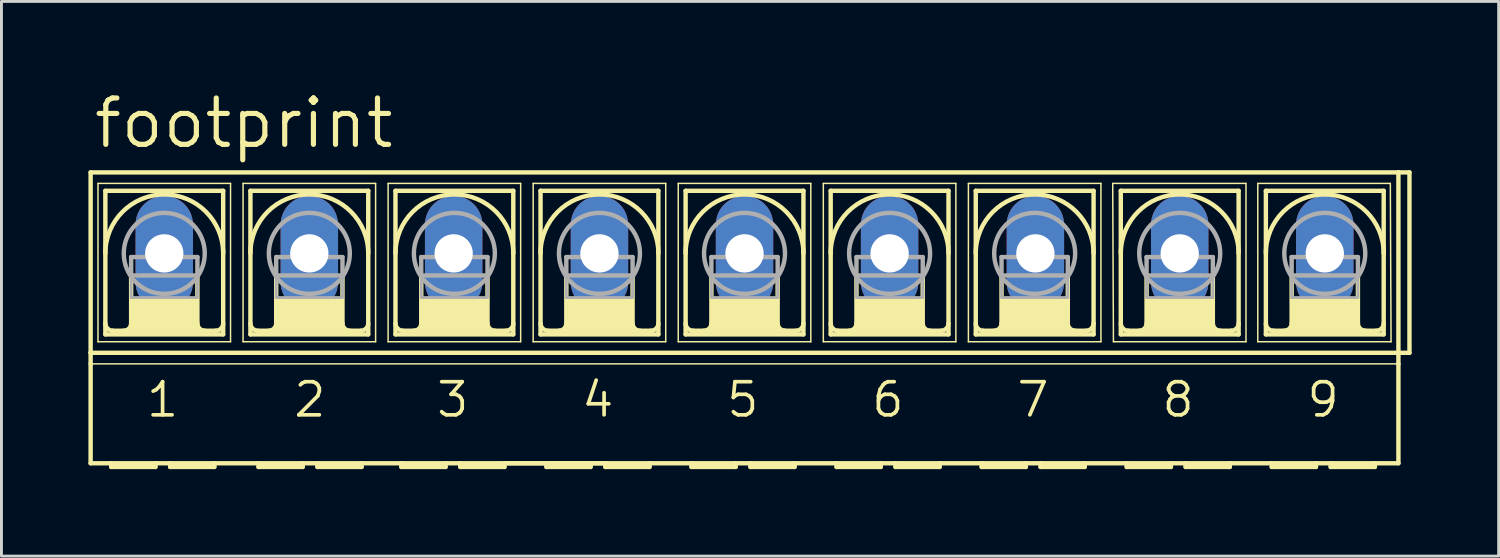
<source format=kicad_pcb>
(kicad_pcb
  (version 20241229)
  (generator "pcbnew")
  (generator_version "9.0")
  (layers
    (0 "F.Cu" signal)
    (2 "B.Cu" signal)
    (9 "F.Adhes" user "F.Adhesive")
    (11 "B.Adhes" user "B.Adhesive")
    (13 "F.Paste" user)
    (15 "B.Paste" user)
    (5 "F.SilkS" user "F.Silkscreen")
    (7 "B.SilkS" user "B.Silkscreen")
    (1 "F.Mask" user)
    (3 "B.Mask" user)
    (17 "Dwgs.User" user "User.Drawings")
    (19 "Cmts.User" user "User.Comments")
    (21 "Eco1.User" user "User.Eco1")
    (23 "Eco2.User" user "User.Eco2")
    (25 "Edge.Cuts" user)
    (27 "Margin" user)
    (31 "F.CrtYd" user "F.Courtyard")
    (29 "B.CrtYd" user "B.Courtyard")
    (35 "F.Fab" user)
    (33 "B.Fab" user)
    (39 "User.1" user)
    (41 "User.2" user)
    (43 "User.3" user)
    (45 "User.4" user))
  (footprint "footprint"
    (layer "F.Cu")
    (at 22.631 5.69)
    (property "Reference" "footprint" (at -22.53 -3.556 0) (layer "F.SilkS") (effects (font (size 1.6 1.6) (thickness 0.178)) (justify left bottom)))
    (fp_line (start -22.555 3.429) (end -22.555 -2.794) (stroke (width 0.152) (type solid)) (layer "F.SilkS"))
    (fp_line (start -22.555 3.429) (end 22.555 3.429) (stroke (width 0.152) (type solid)) (layer "F.SilkS"))
    (fp_line (start -22.555 3.81) (end -22.555 3.429) (stroke (width 0.152) (type solid)) (layer "F.SilkS"))
    (fp_line (start -22.555 7.239) (end -22.555 3.81) (stroke (width 0.152) (type solid)) (layer "F.SilkS"))
    (fp_line (start -22.555 7.239) (end -21.844 7.239) (stroke (width 0.152) (type solid)) (layer "F.SilkS"))
    (fp_line (start -22.301 -2.413) (end -22.301 3.048) (stroke (width 0.051) (type solid)) (layer "F.SilkS"))
    (fp_line (start -22.301 -2.413) (end -17.729 -2.413) (stroke (width 0.051) (type solid)) (layer "F.SilkS"))
    (fp_line (start -22.047 2.794) (end -22.047 -2.159) (stroke (width 0.152) (type solid)) (layer "F.SilkS"))
    (fp_line (start -22.047 2.794) (end -17.983 2.794) (stroke (width 0.152) (type solid)) (layer "F.SilkS"))
    (fp_line (start -21.844 7.239) (end -20.32 7.239) (stroke (width 0.152) (type solid)) (layer "F.SilkS"))
    (fp_line (start -21.844 7.366) (end -21.844 7.239) (stroke (width 0.152) (type solid)) (layer "F.SilkS"))
    (fp_line (start -21.844 7.366) (end -20.32 7.366) (stroke (width 0.152) (type solid)) (layer "F.SilkS"))
    (fp_line (start -21.158 0.762) (end -21.158 2.413) (stroke (width 0.152) (type solid)) (layer "F.SilkS"))
    (fp_line (start -20.32 7.239) (end -20.32 7.366) (stroke (width 0.152) (type solid)) (layer "F.SilkS"))
    (fp_line (start -20.32 7.239) (end -19.812 7.239) (stroke (width 0.152) (type solid)) (layer "F.SilkS"))
    (fp_line (start -19.812 7.239) (end -18.288 7.239) (stroke (width 0.152) (type solid)) (layer "F.SilkS"))
    (fp_line (start -19.812 7.366) (end -19.812 7.239) (stroke (width 0.152) (type solid)) (layer "F.SilkS"))
    (fp_line (start -19.812 7.366) (end -18.288 7.366) (stroke (width 0.152) (type solid)) (layer "F.SilkS"))
    (fp_line (start -18.872 0.762) (end -18.872 2.413) (stroke (width 0.152) (type solid)) (layer "F.SilkS"))
    (fp_line (start -18.288 7.239) (end -16.764 7.239) (stroke (width 0.152) (type solid)) (layer "F.SilkS"))
    (fp_line (start -18.288 7.366) (end -18.288 7.239) (stroke (width 0.152) (type solid)) (layer "F.SilkS"))
    (fp_line (start -18.237 2.667) (end -21.793 2.667) (stroke (width 0.152) (type solid)) (layer "F.SilkS"))
    (fp_line (start -17.983 -2.159) (end -22.047 -2.159) (stroke (width 0.152) (type solid)) (layer "F.SilkS"))
    (fp_line (start -17.983 -2.159) (end -17.983 2.794) (stroke (width 0.152) (type solid)) (layer "F.SilkS"))
    (fp_line (start -17.729 -2.413) (end -17.729 3.048) (stroke (width 0.051) (type solid)) (layer "F.SilkS"))
    (fp_line (start -17.729 3.048) (end -22.301 3.048) (stroke (width 0.051) (type solid)) (layer "F.SilkS"))
    (fp_line (start -17.297 -2.413) (end -17.297 3.048) (stroke (width 0.051) (type solid)) (layer "F.SilkS"))
    (fp_line (start -17.297 -2.413) (end -12.725 -2.413) (stroke (width 0.051) (type solid)) (layer "F.SilkS"))
    (fp_line (start -17.043 -2.159) (end -17.043 2.794) (stroke (width 0.152) (type solid)) (layer "F.SilkS"))
    (fp_line (start -17.043 2.794) (end -12.979 2.794) (stroke (width 0.152) (type solid)) (layer "F.SilkS"))
    (fp_line (start -16.764 7.239) (end -15.24 7.239) (stroke (width 0.152) (type solid)) (layer "F.SilkS"))
    (fp_line (start -16.764 7.366) (end -16.764 7.239) (stroke (width 0.152) (type solid)) (layer "F.SilkS"))
    (fp_line (start -16.764 7.366) (end -15.24 7.366) (stroke (width 0.152) (type solid)) (layer "F.SilkS"))
    (fp_line (start -16.154 0.762) (end -16.154 2.413) (stroke (width 0.152) (type solid)) (layer "F.SilkS"))
    (fp_line (start -15.24 7.239) (end -15.24 7.366) (stroke (width 0.152) (type solid)) (layer "F.SilkS"))
    (fp_line (start -15.24 7.239) (end -14.732 7.239) (stroke (width 0.152) (type solid)) (layer "F.SilkS"))
    (fp_line (start -14.732 7.239) (end -13.208 7.239) (stroke (width 0.152) (type solid)) (layer "F.SilkS"))
    (fp_line (start -14.732 7.366) (end -14.732 7.239) (stroke (width 0.152) (type solid)) (layer "F.SilkS"))
    (fp_line (start -14.732 7.366) (end -13.208 7.366) (stroke (width 0.152) (type solid)) (layer "F.SilkS"))
    (fp_line (start -13.868 0.762) (end -13.868 2.413) (stroke (width 0.152) (type solid)) (layer "F.SilkS"))
    (fp_line (start -13.233 2.667) (end -16.789 2.667) (stroke (width 0.152) (type solid)) (layer "F.SilkS"))
    (fp_line (start -13.208 7.366) (end -13.208 7.239) (stroke (width 0.152) (type solid)) (layer "F.SilkS"))
    (fp_line (start -12.979 -2.159) (end -17.043 -2.159) (stroke (width 0.152) (type solid)) (layer "F.SilkS"))
    (fp_line (start -12.979 2.794) (end -12.979 -2.159) (stroke (width 0.152) (type solid)) (layer "F.SilkS"))
    (fp_line (start -12.725 3.048) (end -17.297 3.048) (stroke (width 0.051) (type solid)) (layer "F.SilkS"))
    (fp_line (start -12.725 3.048) (end -12.725 -2.413) (stroke (width 0.051) (type solid)) (layer "F.SilkS"))
    (fp_line (start -12.294 -2.413) (end -12.294 3.048) (stroke (width 0.051) (type solid)) (layer "F.SilkS"))
    (fp_line (start -12.294 -2.413) (end -7.722 -2.413) (stroke (width 0.051) (type solid)) (layer "F.SilkS"))
    (fp_line (start -12.04 2.794) (end -12.04 -2.159) (stroke (width 0.152) (type solid)) (layer "F.SilkS"))
    (fp_line (start -12.04 2.794) (end -7.976 2.794) (stroke (width 0.152) (type solid)) (layer "F.SilkS"))
    (fp_line (start -11.836 7.239) (end -13.208 7.239) (stroke (width 0.152) (type solid)) (layer "F.SilkS"))
    (fp_line (start -11.836 7.239) (end -11.836 7.366) (stroke (width 0.152) (type solid)) (layer "F.SilkS"))
    (fp_line (start -11.836 7.239) (end -10.312 7.239) (stroke (width 0.152) (type solid)) (layer "F.SilkS"))
    (fp_line (start -11.836 7.366) (end -10.312 7.366) (stroke (width 0.152) (type solid)) (layer "F.SilkS"))
    (fp_line (start -11.151 0.762) (end -11.151 2.413) (stroke (width 0.152) (type solid)) (layer "F.SilkS"))
    (fp_line (start -10.312 7.239) (end -10.312 7.366) (stroke (width 0.152) (type solid)) (layer "F.SilkS"))
    (fp_line (start -10.312 7.239) (end -9.804 7.239) (stroke (width 0.152) (type solid)) (layer "F.SilkS"))
    (fp_line (start -9.804 7.239) (end -9.804 7.366) (stroke (width 0.152) (type solid)) (layer "F.SilkS"))
    (fp_line (start -9.804 7.239) (end -8.28 7.239) (stroke (width 0.152) (type solid)) (layer "F.SilkS"))
    (fp_line (start -9.804 7.366) (end -8.28 7.366) (stroke (width 0.152) (type solid)) (layer "F.SilkS"))
    (fp_line (start -8.865 0.762) (end -8.865 2.413) (stroke (width 0.152) (type solid)) (layer "F.SilkS"))
    (fp_line (start -8.28 7.366) (end -8.28 7.239) (stroke (width 0.152) (type solid)) (layer "F.SilkS"))
    (fp_line (start -8.23 2.667) (end -11.786 2.667) (stroke (width 0.152) (type solid)) (layer "F.SilkS"))
    (fp_line (start -7.976 -2.159) (end -12.04 -2.159) (stroke (width 0.152) (type solid)) (layer "F.SilkS"))
    (fp_line (start -7.976 -2.159) (end -7.976 2.794) (stroke (width 0.152) (type solid)) (layer "F.SilkS"))
    (fp_line (start -7.722 -2.413) (end -7.722 3.048) (stroke (width 0.051) (type solid)) (layer "F.SilkS"))
    (fp_line (start -7.722 3.048) (end -12.294 3.048) (stroke (width 0.051) (type solid)) (layer "F.SilkS"))
    (fp_line (start -7.29 -2.413) (end -7.29 3.048) (stroke (width 0.051) (type solid)) (layer "F.SilkS"))
    (fp_line (start -7.29 -2.413) (end -2.718 -2.413) (stroke (width 0.051) (type solid)) (layer "F.SilkS"))
    (fp_line (start -7.036 2.794) (end -7.036 -2.159) (stroke (width 0.152) (type solid)) (layer "F.SilkS"))
    (fp_line (start -7.036 2.794) (end -2.972 2.794) (stroke (width 0.152) (type solid)) (layer "F.SilkS"))
    (fp_line (start -6.833 7.239) (end -8.179 7.239) (stroke (width 0.152) (type solid)) (layer "F.SilkS"))
    (fp_line (start -6.833 7.239) (end -6.833 7.366) (stroke (width 0.152) (type solid)) (layer "F.SilkS"))
    (fp_line (start -6.833 7.239) (end -5.309 7.239) (stroke (width 0.152) (type solid)) (layer "F.SilkS"))
    (fp_line (start -6.833 7.366) (end -5.309 7.366) (stroke (width 0.152) (type solid)) (layer "F.SilkS"))
    (fp_line (start -6.147 0.762) (end -6.147 2.413) (stroke (width 0.152) (type solid)) (layer "F.SilkS"))
    (fp_line (start -5.309 7.239) (end -5.309 7.366) (stroke (width 0.152) (type solid)) (layer "F.SilkS"))
    (fp_line (start -5.309 7.239) (end -4.801 7.239) (stroke (width 0.152) (type solid)) (layer "F.SilkS"))
    (fp_line (start -4.801 7.239) (end -8.28 7.239) (stroke (width 0.152) (type solid)) (layer "F.SilkS"))
    (fp_line (start -4.801 7.239) (end -4.801 7.366) (stroke (width 0.152) (type solid)) (layer "F.SilkS"))
    (fp_line (start -4.801 7.366) (end -3.277 7.366) (stroke (width 0.152) (type solid)) (layer "F.SilkS"))
    (fp_line (start -3.861 0.762) (end -3.861 2.413) (stroke (width 0.152) (type solid)) (layer "F.SilkS"))
    (fp_line (start -3.277 7.239) (end -4.801 7.239) (stroke (width 0.152) (type solid)) (layer "F.SilkS"))
    (fp_line (start -3.277 7.366) (end -3.277 7.239) (stroke (width 0.152) (type solid)) (layer "F.SilkS"))
    (fp_line (start -3.226 2.667) (end -6.782 2.667) (stroke (width 0.152) (type solid)) (layer "F.SilkS"))
    (fp_line (start -2.972 -2.159) (end -7.036 -2.159) (stroke (width 0.152) (type solid)) (layer "F.SilkS"))
    (fp_line (start -2.972 -2.159) (end -2.972 2.794) (stroke (width 0.152) (type solid)) (layer "F.SilkS"))
    (fp_line (start -2.718 -2.413) (end -2.718 3.048) (stroke (width 0.051) (type solid)) (layer "F.SilkS"))
    (fp_line (start -2.718 3.048) (end -7.29 3.048) (stroke (width 0.051) (type solid)) (layer "F.SilkS"))
    (fp_line (start -2.286 -2.413) (end -2.286 3.048) (stroke (width 0.051) (type solid)) (layer "F.SilkS"))
    (fp_line (start -2.286 -2.413) (end 2.286 -2.413) (stroke (width 0.051) (type solid)) (layer "F.SilkS"))
    (fp_line (start -2.032 2.794) (end -2.032 -2.159) (stroke (width 0.152) (type solid)) (layer "F.SilkS"))
    (fp_line (start -2.032 2.794) (end 2.032 2.794) (stroke (width 0.152) (type solid)) (layer "F.SilkS"))
    (fp_line (start -1.829 7.239) (end -3.277 7.239) (stroke (width 0.152) (type solid)) (layer "F.SilkS"))
    (fp_line (start -1.829 7.366) (end -1.829 7.239) (stroke (width 0.152) (type solid)) (layer "F.SilkS"))
    (fp_line (start -1.829 7.366) (end -0.305 7.366) (stroke (width 0.152) (type solid)) (layer "F.SilkS"))
    (fp_line (start -1.143 0.762) (end -1.143 2.413) (stroke (width 0.152) (type solid)) (layer "F.SilkS"))
    (fp_line (start -0.305 7.239) (end -1.829 7.239) (stroke (width 0.152) (type solid)) (layer "F.SilkS"))
    (fp_line (start -0.305 7.239) (end -0.305 7.366) (stroke (width 0.152) (type solid)) (layer "F.SilkS"))
    (fp_line (start 0.203 7.239) (end -0.305 7.239) (stroke (width 0.152) (type solid)) (layer "F.SilkS"))
    (fp_line (start 0.203 7.366) (end 0.203 7.239) (stroke (width 0.152) (type solid)) (layer "F.SilkS"))
    (fp_line (start 0.203 7.366) (end 1.727 7.366) (stroke (width 0.152) (type solid)) (layer "F.SilkS"))
    (fp_line (start 1.143 0.762) (end 1.143 2.413) (stroke (width 0.152) (type solid)) (layer "F.SilkS"))
    (fp_line (start 1.727 7.239) (end 0.203 7.239) (stroke (width 0.152) (type solid)) (layer "F.SilkS"))
    (fp_line (start 1.727 7.366) (end 1.727 7.239) (stroke (width 0.152) (type solid)) (layer "F.SilkS"))
    (fp_line (start 1.778 2.667) (end -1.778 2.667) (stroke (width 0.152) (type solid)) (layer "F.SilkS"))
    (fp_line (start 2.032 -2.159) (end -2.032 -2.159) (stroke (width 0.152) (type solid)) (layer "F.SilkS"))
    (fp_line (start 2.032 -2.159) (end 2.032 2.794) (stroke (width 0.152) (type solid)) (layer "F.SilkS"))
    (fp_line (start 2.286 -2.413) (end 2.286 3.048) (stroke (width 0.051) (type solid)) (layer "F.SilkS"))
    (fp_line (start 2.286 3.048) (end -2.286 3.048) (stroke (width 0.051) (type solid)) (layer "F.SilkS"))
    (fp_line (start 2.718 -2.413) (end 2.718 3.048) (stroke (width 0.051) (type solid)) (layer "F.SilkS"))
    (fp_line (start 2.718 -2.413) (end 7.29 -2.413) (stroke (width 0.051) (type solid)) (layer "F.SilkS"))
    (fp_line (start 2.972 2.794) (end 2.972 -2.159) (stroke (width 0.152) (type solid)) (layer "F.SilkS"))
    (fp_line (start 2.972 2.794) (end 7.036 2.794) (stroke (width 0.152) (type solid)) (layer "F.SilkS"))
    (fp_line (start 3.175 7.239) (end 1.727 7.239) (stroke (width 0.152) (type solid)) (layer "F.SilkS"))
    (fp_line (start 3.175 7.366) (end 3.175 7.239) (stroke (width 0.152) (type solid)) (layer "F.SilkS"))
    (fp_line (start 3.175 7.366) (end 4.699 7.366) (stroke (width 0.152) (type solid)) (layer "F.SilkS"))
    (fp_line (start 3.861 0.762) (end 3.861 2.413) (stroke (width 0.152) (type solid)) (layer "F.SilkS"))
    (fp_line (start 4.699 7.239) (end 3.175 7.239) (stroke (width 0.152) (type solid)) (layer "F.SilkS"))
    (fp_line (start 4.699 7.239) (end 4.699 7.366) (stroke (width 0.152) (type solid)) (layer "F.SilkS"))
    (fp_line (start 5.207 7.239) (end 4.699 7.239) (stroke (width 0.152) (type solid)) (layer "F.SilkS"))
    (fp_line (start 5.207 7.239) (end 6.731 7.239) (stroke (width 0.152) (type solid)) (layer "F.SilkS"))
    (fp_line (start 5.207 7.366) (end 5.207 7.239) (stroke (width 0.152) (type solid)) (layer "F.SilkS"))
    (fp_line (start 5.207 7.366) (end 6.731 7.366) (stroke (width 0.152) (type solid)) (layer "F.SilkS"))
    (fp_line (start 6.147 0.762) (end 6.147 2.413) (stroke (width 0.152) (type solid)) (layer "F.SilkS"))
    (fp_line (start 6.731 7.239) (end 8.179 7.239) (stroke (width 0.152) (type solid)) (layer "F.SilkS"))
    (fp_line (start 6.731 7.366) (end 6.731 7.239) (stroke (width 0.152) (type solid)) (layer "F.SilkS"))
    (fp_line (start 6.782 2.667) (end 3.226 2.667) (stroke (width 0.152) (type solid)) (layer "F.SilkS"))
    (fp_line (start 7.036 -2.159) (end 2.972 -2.159) (stroke (width 0.152) (type solid)) (layer "F.SilkS"))
    (fp_line (start 7.036 -2.159) (end 7.036 2.794) (stroke (width 0.152) (type solid)) (layer "F.SilkS"))
    (fp_line (start 7.29 -2.413) (end 7.29 3.048) (stroke (width 0.051) (type solid)) (layer "F.SilkS"))
    (fp_line (start 7.29 3.048) (end 2.718 3.048) (stroke (width 0.051) (type solid)) (layer "F.SilkS"))
    (fp_line (start 7.722 -2.413) (end 7.722 3.048) (stroke (width 0.051) (type solid)) (layer "F.SilkS"))
    (fp_line (start 7.722 -2.413) (end 12.294 -2.413) (stroke (width 0.051) (type solid)) (layer "F.SilkS"))
    (fp_line (start 7.976 2.794) (end 7.976 -2.159) (stroke (width 0.152) (type solid)) (layer "F.SilkS"))
    (fp_line (start 7.976 2.794) (end 12.04 2.794) (stroke (width 0.152) (type solid)) (layer "F.SilkS"))
    (fp_line (start 8.179 7.366) (end 8.179 7.239) (stroke (width 0.152) (type solid)) (layer "F.SilkS"))
    (fp_line (start 8.179 7.366) (end 9.703 7.366) (stroke (width 0.152) (type solid)) (layer "F.SilkS"))
    (fp_line (start 8.865 0.762) (end 8.865 2.413) (stroke (width 0.152) (type solid)) (layer "F.SilkS"))
    (fp_line (start 9.703 7.239) (end 8.179 7.239) (stroke (width 0.152) (type solid)) (layer "F.SilkS"))
    (fp_line (start 9.703 7.239) (end 9.703 7.366) (stroke (width 0.152) (type solid)) (layer "F.SilkS"))
    (fp_line (start 10.211 7.239) (end 9.703 7.239) (stroke (width 0.152) (type solid)) (layer "F.SilkS"))
    (fp_line (start 10.211 7.239) (end 11.735 7.239) (stroke (width 0.152) (type solid)) (layer "F.SilkS"))
    (fp_line (start 10.211 7.366) (end 10.211 7.239) (stroke (width 0.152) (type solid)) (layer "F.SilkS"))
    (fp_line (start 10.211 7.366) (end 11.735 7.366) (stroke (width 0.152) (type solid)) (layer "F.SilkS"))
    (fp_line (start 11.151 0.762) (end 11.151 2.413) (stroke (width 0.152) (type solid)) (layer "F.SilkS"))
    (fp_line (start 11.735 7.366) (end 11.735 7.239) (stroke (width 0.152) (type solid)) (layer "F.SilkS"))
    (fp_line (start 11.786 2.667) (end 8.23 2.667) (stroke (width 0.152) (type solid)) (layer "F.SilkS"))
    (fp_line (start 12.04 -2.159) (end 7.976 -2.159) (stroke (width 0.152) (type solid)) (layer "F.SilkS"))
    (fp_line (start 12.04 -2.159) (end 12.04 2.794) (stroke (width 0.152) (type solid)) (layer "F.SilkS"))
    (fp_line (start 12.294 -2.413) (end 12.294 3.048) (stroke (width 0.051) (type solid)) (layer "F.SilkS"))
    (fp_line (start 12.294 3.048) (end 7.722 3.048) (stroke (width 0.051) (type solid)) (layer "F.SilkS"))
    (fp_line (start 12.7 -2.413) (end 12.725 3.048) (stroke (width 0.051) (type solid)) (layer "F.SilkS"))
    (fp_line (start 12.7 -2.413) (end 17.297 -2.413) (stroke (width 0.051) (type solid)) (layer "F.SilkS"))
    (fp_line (start 12.979 2.794) (end 12.979 -2.159) (stroke (width 0.152) (type solid)) (layer "F.SilkS"))
    (fp_line (start 12.979 2.794) (end 17.043 2.794) (stroke (width 0.152) (type solid)) (layer "F.SilkS"))
    (fp_line (start 13.183 7.239) (end 11.735 7.239) (stroke (width 0.152) (type solid)) (layer "F.SilkS"))
    (fp_line (start 13.183 7.239) (end 14.707 7.239) (stroke (width 0.152) (type solid)) (layer "F.SilkS"))
    (fp_line (start 13.183 7.366) (end 13.183 7.239) (stroke (width 0.152) (type solid)) (layer "F.SilkS"))
    (fp_line (start 13.183 7.366) (end 14.707 7.366) (stroke (width 0.152) (type solid)) (layer "F.SilkS"))
    (fp_line (start 13.868 0.762) (end 13.868 2.413) (stroke (width 0.152) (type solid)) (layer "F.SilkS"))
    (fp_line (start 14.707 7.239) (end 14.707 7.366) (stroke (width 0.152) (type solid)) (layer "F.SilkS"))
    (fp_line (start 14.707 7.239) (end 15.215 7.239) (stroke (width 0.152) (type solid)) (layer "F.SilkS"))
    (fp_line (start 15.215 7.239) (end 16.739 7.239) (stroke (width 0.152) (type solid)) (layer "F.SilkS"))
    (fp_line (start 15.215 7.366) (end 15.215 7.239) (stroke (width 0.152) (type solid)) (layer "F.SilkS"))
    (fp_line (start 15.215 7.366) (end 16.739 7.366) (stroke (width 0.152) (type solid)) (layer "F.SilkS"))
    (fp_line (start 16.154 0.762) (end 16.154 2.413) (stroke (width 0.152) (type solid)) (layer "F.SilkS"))
    (fp_line (start 16.739 7.366) (end 16.739 7.239) (stroke (width 0.152) (type solid)) (layer "F.SilkS"))
    (fp_line (start 16.789 2.667) (end 13.233 2.667) (stroke (width 0.152) (type solid)) (layer "F.SilkS"))
    (fp_line (start 17.043 -2.159) (end 12.979 -2.159) (stroke (width 0.152) (type solid)) (layer "F.SilkS"))
    (fp_line (start 17.043 -2.159) (end 17.043 2.794) (stroke (width 0.152) (type solid)) (layer "F.SilkS"))
    (fp_line (start 17.297 -2.413) (end 17.297 3.048) (stroke (width 0.051) (type solid)) (layer "F.SilkS"))
    (fp_line (start 17.297 3.048) (end 12.725 3.048) (stroke (width 0.051) (type solid)) (layer "F.SilkS"))
    (fp_line (start 17.704 -2.413) (end 17.704 3.048) (stroke (width 0.051) (type solid)) (layer "F.SilkS"))
    (fp_line (start 17.704 -2.413) (end 22.276 -2.413) (stroke (width 0.051) (type solid)) (layer "F.SilkS"))
    (fp_line (start 17.983 2.794) (end 17.983 -2.159) (stroke (width 0.152) (type solid)) (layer "F.SilkS"))
    (fp_line (start 17.983 2.794) (end 22.047 2.794) (stroke (width 0.152) (type solid)) (layer "F.SilkS"))
    (fp_line (start 18.186 7.239) (end 16.739 7.239) (stroke (width 0.152) (type solid)) (layer "F.SilkS"))
    (fp_line (start 18.186 7.239) (end 19.71 7.239) (stroke (width 0.152) (type solid)) (layer "F.SilkS"))
    (fp_line (start 18.186 7.366) (end 18.186 7.239) (stroke (width 0.152) (type solid)) (layer "F.SilkS"))
    (fp_line (start 18.186 7.366) (end 19.71 7.366) (stroke (width 0.152) (type solid)) (layer "F.SilkS"))
    (fp_line (start 18.872 0.762) (end 18.872 2.413) (stroke (width 0.152) (type solid)) (layer "F.SilkS"))
    (fp_line (start 19.71 7.239) (end 19.71 7.366) (stroke (width 0.152) (type solid)) (layer "F.SilkS"))
    (fp_line (start 20.218 7.239) (end 19.71 7.239) (stroke (width 0.152) (type solid)) (layer "F.SilkS"))
    (fp_line (start 20.218 7.366) (end 20.218 7.239) (stroke (width 0.152) (type solid)) (layer "F.SilkS"))
    (fp_line (start 20.218 7.366) (end 21.742 7.366) (stroke (width 0.152) (type solid)) (layer "F.SilkS"))
    (fp_line (start 21.158 0.762) (end 21.158 2.413) (stroke (width 0.152) (type solid)) (layer "F.SilkS"))
    (fp_line (start 21.742 7.239) (end 20.218 7.239) (stroke (width 0.152) (type solid)) (layer "F.SilkS"))
    (fp_line (start 21.742 7.366) (end 21.742 7.239) (stroke (width 0.152) (type solid)) (layer "F.SilkS"))
    (fp_line (start 21.793 2.667) (end 18.237 2.667) (stroke (width 0.152) (type solid)) (layer "F.SilkS"))
    (fp_line (start 22.047 -2.159) (end 17.983 -2.159) (stroke (width 0.152) (type solid)) (layer "F.SilkS"))
    (fp_line (start 22.047 -2.159) (end 22.047 2.794) (stroke (width 0.152) (type solid)) (layer "F.SilkS"))
    (fp_line (start 22.276 -2.413) (end 22.301 3.048) (stroke (width 0.051) (type solid)) (layer "F.SilkS"))
    (fp_line (start 22.301 3.048) (end 17.704 3.048) (stroke (width 0.051) (type solid)) (layer "F.SilkS"))
    (fp_line (start 22.555 -2.794) (end -22.555 -2.794) (stroke (width 0.152) (type solid)) (layer "F.SilkS"))
    (fp_line (start 22.555 -2.794) (end 22.555 3.429) (stroke (width 0.152) (type solid)) (layer "F.SilkS"))
    (fp_line (start 22.555 3.429) (end 22.555 3.81) (stroke (width 0.152) (type solid)) (layer "F.SilkS"))
    (fp_line (start 22.555 3.81) (end -22.555 3.81) (stroke (width 0.051) (type solid)) (layer "F.SilkS"))
    (fp_line (start 22.555 3.81) (end 22.555 7.239) (stroke (width 0.152) (type solid)) (layer "F.SilkS"))
    (fp_line (start 22.555 7.239) (end 21.742 7.239) (stroke (width 0.152) (type solid)) (layer "F.SilkS"))
    (fp_line (start 22.936 -2.794) (end 22.555 -2.794) (stroke (width 0.152) (type solid)) (layer "F.SilkS"))
    (fp_line (start 22.936 -2.794) (end 22.936 3.429) (stroke (width 0.152) (type solid)) (layer "F.SilkS"))
    (fp_line (start 22.936 3.429) (end 22.555 3.429) (stroke (width 0.152) (type solid)) (layer "F.SilkS"))
    (fp_arc (start -22.0472 0) (mid -20.0152 -2.032) (end -17.9832 0) (stroke (width 0.1524) (type solid)) (layer "F.SilkS"))
    (fp_arc (start -21.7932 2.667) (mid -21.972805 2.592605) (end -22.0472 2.413) (stroke (width 0.1524) (type solid)) (layer "F.SilkS"))
    (fp_arc (start -21.1582 2.413) (mid -21.232595 2.592605) (end -21.4122 2.667) (stroke (width 0.1524) (type solid)) (layer "F.SilkS"))
    (fp_arc (start -18.6182 2.667) (mid -18.797805 2.592605) (end -18.8722 2.413) (stroke (width 0.1524) (type solid)) (layer "F.SilkS"))
    (fp_arc (start -17.9832 2.413) (mid -18.057595 2.592605) (end -18.2372 2.667) (stroke (width 0.1524) (type solid)) (layer "F.SilkS"))
    (fp_arc (start -17.0434 0) (mid -15.0114 -2.032) (end -12.9794 0) (stroke (width 0.1524) (type solid)) (layer "F.SilkS"))
    (fp_arc (start -16.7894 2.667) (mid -16.969005 2.592605) (end -17.0434 2.413) (stroke (width 0.1524) (type solid)) (layer "F.SilkS"))
    (fp_arc (start -16.1544 2.413) (mid -16.228795 2.592605) (end -16.4084 2.667) (stroke (width 0.1524) (type solid)) (layer "F.SilkS"))
    (fp_arc (start -13.6144 2.667) (mid -13.794005 2.592605) (end -13.8684 2.413) (stroke (width 0.1524) (type solid)) (layer "F.SilkS"))
    (fp_arc (start -12.9794 2.413) (mid -13.053795 2.592605) (end -13.2334 2.667) (stroke (width 0.1524) (type solid)) (layer "F.SilkS"))
    (fp_arc (start -12.0396 0) (mid -10.0076 -2.032) (end -7.9756 0) (stroke (width 0.1524) (type solid)) (layer "F.SilkS"))
    (fp_arc (start -11.7856 2.667) (mid -11.965205 2.592605) (end -12.0396 2.413) (stroke (width 0.1524) (type solid)) (layer "F.SilkS"))
    (fp_arc (start -11.1506 2.413) (mid -11.224995 2.592605) (end -11.4046 2.667) (stroke (width 0.1524) (type solid)) (layer "F.SilkS"))
    (fp_arc (start -8.6106 2.667) (mid -8.790205 2.592605) (end -8.8646 2.413) (stroke (width 0.1524) (type solid)) (layer "F.SilkS"))
    (fp_arc (start -7.9756 2.413) (mid -8.049995 2.592605) (end -8.2296 2.667) (stroke (width 0.1524) (type solid)) (layer "F.SilkS"))
    (fp_arc (start -7.0358 0) (mid -5.0038 -2.032) (end -2.9718 0) (stroke (width 0.1524) (type solid)) (layer "F.SilkS"))
    (fp_arc (start -6.7818 2.667) (mid -6.961405 2.592605) (end -7.0358 2.413) (stroke (width 0.1524) (type solid)) (layer "F.SilkS"))
    (fp_arc (start -6.1468 2.413) (mid -6.221195 2.592605) (end -6.4008 2.667) (stroke (width 0.1524) (type solid)) (layer "F.SilkS"))
    (fp_arc (start -3.6068 2.667) (mid -3.786405 2.592605) (end -3.8608 2.413) (stroke (width 0.1524) (type solid)) (layer "F.SilkS"))
    (fp_arc (start -2.9718 2.413) (mid -3.046195 2.592605) (end -3.2258 2.667) (stroke (width 0.1524) (type solid)) (layer "F.SilkS"))
    (fp_arc (start -2.032 0) (mid 0 -2.032) (end 2.032 0) (stroke (width 0.1524) (type solid)) (layer "F.SilkS"))
    (fp_arc (start -1.778 2.667) (mid -1.957605 2.592605) (end -2.032 2.413) (stroke (width 0.1524) (type solid)) (layer "F.SilkS"))
    (fp_arc (start -1.143 2.413) (mid -1.217395 2.592605) (end -1.397 2.667) (stroke (width 0.1524) (type solid)) (layer "F.SilkS"))
    (fp_arc (start 1.397 2.667) (mid 1.217395 2.592605) (end 1.143 2.413) (stroke (width 0.1524) (type solid)) (layer "F.SilkS"))
    (fp_arc (start 2.032 2.413) (mid 1.957605 2.592605) (end 1.778 2.667) (stroke (width 0.1524) (type solid)) (layer "F.SilkS"))
    (fp_arc (start 2.9718 0) (mid 5.0038 -2.032) (end 7.0358 0) (stroke (width 0.1524) (type solid)) (layer "F.SilkS"))
    (fp_arc (start 3.2258 2.667) (mid 3.046195 2.592605) (end 2.9718 2.413) (stroke (width 0.1524) (type solid)) (layer "F.SilkS"))
    (fp_arc (start 3.8608 2.413) (mid 3.786405 2.592605) (end 3.6068 2.667) (stroke (width 0.1524) (type solid)) (layer "F.SilkS"))
    (fp_arc (start 6.4008 2.667) (mid 6.221195 2.592605) (end 6.1468 2.413) (stroke (width 0.1524) (type solid)) (layer "F.SilkS"))
    (fp_arc (start 7.0358 2.413) (mid 6.961405 2.592605) (end 6.7818 2.667) (stroke (width 0.1524) (type solid)) (layer "F.SilkS"))
    (fp_arc (start 7.9756 0) (mid 10.0076 -2.032) (end 12.0396 0) (stroke (width 0.1524) (type solid)) (layer "F.SilkS"))
    (fp_arc (start 8.2296 2.667) (mid 8.049995 2.592605) (end 7.9756 2.413) (stroke (width 0.1524) (type solid)) (layer "F.SilkS"))
    (fp_arc (start 8.8646 2.413) (mid 8.790205 2.592605) (end 8.6106 2.667) (stroke (width 0.1524) (type solid)) (layer "F.SilkS"))
    (fp_arc (start 11.4046 2.667) (mid 11.224995 2.592605) (end 11.1506 2.413) (stroke (width 0.1524) (type solid)) (layer "F.SilkS"))
    (fp_arc (start 12.0396 2.413) (mid 11.965205 2.592605) (end 11.7856 2.667) (stroke (width 0.1524) (type solid)) (layer "F.SilkS"))
    (fp_arc (start 12.9794 0) (mid 15.0114 -2.032) (end 17.0434 0) (stroke (width 0.1524) (type solid)) (layer "F.SilkS"))
    (fp_arc (start 13.2334 2.667) (mid 13.053795 2.592605) (end 12.9794 2.413) (stroke (width 0.1524) (type solid)) (layer "F.SilkS"))
    (fp_arc (start 13.8684 2.413) (mid 13.794005 2.592605) (end 13.6144 2.667) (stroke (width 0.1524) (type solid)) (layer "F.SilkS"))
    (fp_arc (start 16.4084 2.667) (mid 16.228795 2.592605) (end 16.1544 2.413) (stroke (width 0.1524) (type solid)) (layer "F.SilkS"))
    (fp_arc (start 17.0434 2.413) (mid 16.969005 2.592605) (end 16.7894 2.667) (stroke (width 0.1524) (type solid)) (layer "F.SilkS"))
    (fp_arc (start 17.9832 0) (mid 20.0152 -2.032) (end 22.0472 0) (stroke (width 0.1524) (type solid)) (layer "F.SilkS"))
    (fp_arc (start 18.2372 2.667) (mid 18.057595 2.592605) (end 17.9832 2.413) (stroke (width 0.1524) (type solid)) (layer "F.SilkS"))
    (fp_arc (start 18.8722 2.413) (mid 18.797805 2.592605) (end 18.6182 2.667) (stroke (width 0.1524) (type solid)) (layer "F.SilkS"))
    (fp_arc (start 21.4122 2.667) (mid 21.232595 2.592605) (end 21.1582 2.413) (stroke (width 0.1524) (type solid)) (layer "F.SilkS"))
    (fp_arc (start 22.0472 2.413) (mid 21.972805 2.592605) (end 21.7932 2.667) (stroke (width 0.1524) (type solid)) (layer "F.SilkS"))
    (fp_poly (pts (xy -21.158 2.667) (xy -18.872 2.667) (xy -18.872 1.524) (xy -21.158 1.524)) (stroke (width 0) (type solid)) (fill yes) (layer "F.SilkS"))
    (fp_poly (pts (xy -16.154 2.667) (xy -13.868 2.667) (xy -13.868 1.524) (xy -16.154 1.524)) (stroke (width 0) (type solid)) (fill yes) (layer "F.SilkS"))
    (fp_poly (pts (xy -11.151 2.667) (xy -8.865 2.667) (xy -8.865 1.524) (xy -11.151 1.524)) (stroke (width 0) (type solid)) (fill yes) (layer "F.SilkS"))
    (fp_poly (pts (xy -6.147 2.667) (xy -3.861 2.667) (xy -3.861 1.524) (xy -6.147 1.524)) (stroke (width 0) (type solid)) (fill yes) (layer "F.SilkS"))
    (fp_poly (pts (xy -1.143 2.667) (xy 1.143 2.667) (xy 1.143 1.524) (xy -1.143 1.524)) (stroke (width 0) (type solid)) (fill yes) (layer "F.SilkS"))
    (fp_poly (pts (xy 3.861 2.667) (xy 6.147 2.667) (xy 6.147 1.524) (xy 3.861 1.524)) (stroke (width 0) (type solid)) (fill yes) (layer "F.SilkS"))
    (fp_poly (pts (xy 8.865 2.667) (xy 11.151 2.667) (xy 11.151 1.524) (xy 8.865 1.524)) (stroke (width 0) (type solid)) (fill yes) (layer "F.SilkS"))
    (fp_poly (pts (xy 13.868 2.667) (xy 16.154 2.667) (xy 16.154 1.524) (xy 13.868 1.524)) (stroke (width 0) (type solid)) (fill yes) (layer "F.SilkS"))
    (fp_poly (pts (xy 18.872 2.667) (xy 21.158 2.667) (xy 21.158 1.524) (xy 18.872 1.524)) (stroke (width 0) (type solid)) (fill yes) (layer "F.SilkS"))
    (fp_line (start -21.158 0.127) (end -21.158 0.762) (stroke (width 0.152) (type solid)) (layer "F.Fab"))
    (fp_line (start -21.158 0.127) (end -18.872 0.127) (stroke (width 0.152) (type solid)) (layer "F.Fab"))
    (fp_line (start -21.158 0.762) (end -18.872 0.762) (stroke (width 0.152) (type solid)) (layer "F.Fab"))
    (fp_line (start -18.872 0.127) (end -18.872 0.762) (stroke (width 0.152) (type solid)) (layer "F.Fab"))
    (fp_line (start -16.154 0.127) (end -16.154 0.762) (stroke (width 0.152) (type solid)) (layer "F.Fab"))
    (fp_line (start -16.154 0.127) (end -13.868 0.127) (stroke (width 0.152) (type solid)) (layer "F.Fab"))
    (fp_line (start -16.154 0.762) (end -13.868 0.762) (stroke (width 0.152) (type solid)) (layer "F.Fab"))
    (fp_line (start -13.868 0.127) (end -13.868 0.762) (stroke (width 0.152) (type solid)) (layer "F.Fab"))
    (fp_line (start -11.151 0.127) (end -11.151 0.762) (stroke (width 0.152) (type solid)) (layer "F.Fab"))
    (fp_line (start -11.151 0.127) (end -8.865 0.127) (stroke (width 0.152) (type solid)) (layer "F.Fab"))
    (fp_line (start -11.151 0.762) (end -8.865 0.762) (stroke (width 0.152) (type solid)) (layer "F.Fab"))
    (fp_line (start -8.865 0.127) (end -8.865 0.762) (stroke (width 0.152) (type solid)) (layer "F.Fab"))
    (fp_line (start -6.147 0.127) (end -6.147 0.762) (stroke (width 0.152) (type solid)) (layer "F.Fab"))
    (fp_line (start -6.147 0.127) (end -3.861 0.127) (stroke (width 0.152) (type solid)) (layer "F.Fab"))
    (fp_line (start -6.147 0.762) (end -3.861 0.762) (stroke (width 0.152) (type solid)) (layer "F.Fab"))
    (fp_line (start -3.861 0.127) (end -3.861 0.762) (stroke (width 0.152) (type solid)) (layer "F.Fab"))
    (fp_line (start -1.143 0.127) (end -1.143 0.762) (stroke (width 0.152) (type solid)) (layer "F.Fab"))
    (fp_line (start -1.143 0.127) (end 1.143 0.127) (stroke (width 0.152) (type solid)) (layer "F.Fab"))
    (fp_line (start -1.143 0.762) (end 1.143 0.762) (stroke (width 0.152) (type solid)) (layer "F.Fab"))
    (fp_line (start 1.143 0.127) (end 1.143 0.762) (stroke (width 0.152) (type solid)) (layer "F.Fab"))
    (fp_line (start 3.861 0.127) (end 3.861 0.762) (stroke (width 0.152) (type solid)) (layer "F.Fab"))
    (fp_line (start 3.861 0.127) (end 6.147 0.127) (stroke (width 0.152) (type solid)) (layer "F.Fab"))
    (fp_line (start 3.861 0.762) (end 6.147 0.762) (stroke (width 0.152) (type solid)) (layer "F.Fab"))
    (fp_line (start 6.147 0.127) (end 6.147 0.762) (stroke (width 0.152) (type solid)) (layer "F.Fab"))
    (fp_line (start 8.865 0.127) (end 8.865 0.762) (stroke (width 0.152) (type solid)) (layer "F.Fab"))
    (fp_line (start 8.865 0.127) (end 11.151 0.127) (stroke (width 0.152) (type solid)) (layer "F.Fab"))
    (fp_line (start 8.865 0.762) (end 11.151 0.762) (stroke (width 0.152) (type solid)) (layer "F.Fab"))
    (fp_line (start 11.151 0.127) (end 11.151 0.762) (stroke (width 0.152) (type solid)) (layer "F.Fab"))
    (fp_line (start 13.868 0.127) (end 13.868 0.762) (stroke (width 0.152) (type solid)) (layer "F.Fab"))
    (fp_line (start 13.868 0.127) (end 16.154 0.127) (stroke (width 0.152) (type solid)) (layer "F.Fab"))
    (fp_line (start 13.868 0.762) (end 16.154 0.762) (stroke (width 0.152) (type solid)) (layer "F.Fab"))
    (fp_line (start 16.154 0.127) (end 16.154 0.762) (stroke (width 0.152) (type solid)) (layer "F.Fab"))
    (fp_line (start 18.872 0.127) (end 18.872 0.762) (stroke (width 0.152) (type solid)) (layer "F.Fab"))
    (fp_line (start 18.872 0.127) (end 21.158 0.127) (stroke (width 0.152) (type solid)) (layer "F.Fab"))
    (fp_line (start 18.872 0.762) (end 21.158 0.762) (stroke (width 0.152) (type solid)) (layer "F.Fab"))
    (fp_line (start 21.158 0.127) (end 21.158 0.762) (stroke (width 0.152) (type solid)) (layer "F.Fab"))
    (fp_circle (center -20.015 0) (end -18.618 0) (stroke (width 0.152) (type solid)) (fill no) (layer "F.Fab"))
    (fp_circle (center -15.011 0) (end -13.614 0) (stroke (width 0.152) (type solid)) (fill no) (layer "F.Fab"))
    (fp_circle (center -10.008 0) (end -8.611 0) (stroke (width 0.152) (type solid)) (fill no) (layer "F.Fab"))
    (fp_circle (center -5.004 0) (end -3.607 0) (stroke (width 0.152) (type solid)) (fill no) (layer "F.Fab"))
    (fp_circle (center 0 0) (end 1.397 0) (stroke (width 0.152) (type solid)) (fill no) (layer "F.Fab"))
    (fp_circle (center 5.004 0) (end 6.401 0) (stroke (width 0.152) (type solid)) (fill no) (layer "F.Fab"))
    (fp_circle (center 10.008 0) (end 11.405 0) (stroke (width 0.152) (type solid)) (fill no) (layer "F.Fab"))
    (fp_circle (center 15.011 0) (end 16.408 0) (stroke (width 0.152) (type solid)) (fill no) (layer "F.Fab"))
    (fp_circle (center 20.015 0) (end 21.412 0) (stroke (width 0.152) (type solid)) (fill no) (layer "F.Fab"))
    (fp_poly (pts (xy -21.158 1.524) (xy -18.872 1.524) (xy -18.872 0.762) (xy -21.158 0.762)) (stroke (width 0.1) (type solid)) (fill no) (layer "F.Fab"))
    (fp_poly (pts (xy -16.154 1.524) (xy -13.868 1.524) (xy -13.868 0.762) (xy -16.154 0.762)) (stroke (width 0.1) (type solid)) (fill no) (layer "F.Fab"))
    (fp_poly (pts (xy -11.151 1.524) (xy -8.865 1.524) (xy -8.865 0.762) (xy -11.151 0.762)) (stroke (width 0.1) (type solid)) (fill no) (layer "F.Fab"))
    (fp_poly (pts (xy -6.147 1.524) (xy -3.861 1.524) (xy -3.861 0.762) (xy -6.147 0.762)) (stroke (width 0.1) (type solid)) (fill no) (layer "F.Fab"))
    (fp_poly (pts (xy -1.143 1.524) (xy 1.143 1.524) (xy 1.143 0.762) (xy -1.143 0.762)) (stroke (width 0.1) (type solid)) (fill no) (layer "F.Fab"))
    (fp_poly (pts (xy 3.861 1.524) (xy 6.147 1.524) (xy 6.147 0.762) (xy 3.861 0.762)) (stroke (width 0.1) (type solid)) (fill no) (layer "F.Fab"))
    (fp_poly (pts (xy 8.865 1.524) (xy 11.151 1.524) (xy 11.151 0.762) (xy 8.865 0.762)) (stroke (width 0.1) (type solid)) (fill no) (layer "F.Fab"))
    (fp_poly (pts (xy 13.868 1.524) (xy 16.154 1.524) (xy 16.154 0.762) (xy 13.868 0.762)) (stroke (width 0.1) (type solid)) (fill no) (layer "F.Fab"))
    (fp_poly (pts (xy 18.872 1.524) (xy 21.158 1.524) (xy 21.158 0.762) (xy 18.872 0.762)) (stroke (width 0.1) (type solid)) (fill no) (layer "F.Fab"))
    (fp_text user "4" (at -5.69 5.715 0) (layer "F.SilkS") (effects (font (size 1.143 1.143) (thickness 0.127)) (justify left bottom)))
    (fp_text user "7" (at 9.322 5.715 0) (layer "F.SilkS") (effects (font (size 1.143 1.143) (thickness 0.127)) (justify left bottom)))
    (fp_text user "9" (at 19.329 5.715 0) (layer "F.SilkS") (effects (font (size 1.143 1.143) (thickness 0.127)) (justify left bottom)))
    (fp_text user "6" (at 4.318 5.715 0) (layer "F.SilkS") (effects (font (size 1.143 1.143) (thickness 0.127)) (justify left bottom)))
    (fp_text user "1" (at -20.701 5.715 0) (layer "F.SilkS") (effects (font (size 1.143 1.143) (thickness 0.127)) (justify left bottom)))
    (fp_text user "3" (at -10.693 5.715 0) (layer "F.SilkS") (effects (font (size 1.143 1.143) (thickness 0.127)) (justify left bottom)))
    (fp_text user "2" (at -15.621 5.715 0) (layer "F.SilkS") (effects (font (size 1.143 1.143) (thickness 0.127)) (justify left bottom)))
    (fp_text user "5" (at -0.686 5.715 0) (layer "F.SilkS") (effects (font (size 1.143 1.143) (thickness 0.127)) (justify left bottom)))
    (fp_text user "8" (at 14.326 5.715 0) (layer "F.SilkS") (effects (font (size 1.143 1.143) (thickness 0.127)) (justify left bottom)))
    (pad "1" thru_hole oval (at -20.015 0 90) (size 3.962 1.981) (drill 1.321) (layers "*.Cu" "*.Mask"))
    (pad "2" thru_hole oval (at -15.011 0 90) (size 3.962 1.981) (drill 1.321) (layers "*.Cu" "*.Mask"))
    (pad "3" thru_hole oval (at -10.033 0 90) (size 3.962 1.981) (drill 1.321) (layers "*.Cu" "*.Mask"))
    (pad "4" thru_hole oval (at -5.004 0 90) (size 3.962 1.981) (drill 1.321) (layers "*.Cu" "*.Mask"))
    (pad "5" thru_hole oval (at 0 0 90) (size 3.962 1.981) (drill 1.321) (layers "*.Cu" "*.Mask"))
    (pad "6" thru_hole oval (at 5.004 0 90) (size 3.962 1.981) (drill 1.321) (layers "*.Cu" "*.Mask"))
    (pad "7" thru_hole oval (at 10.033 0 90) (size 3.962 1.981) (drill 1.321) (layers "*.Cu" "*.Mask"))
    (pad "8" thru_hole oval (at 15.011 0 90) (size 3.962 1.981) (drill 1.321) (layers "*.Cu" "*.Mask"))
    (pad "9" thru_hole oval (at 20.015 0 90) (size 3.962 1.981) (drill 1.321) (layers "*.Cu" "*.Mask")))
  (gr_rect
    (start -3 -3)
    (end 48.644 16.132)
    (stroke (width 0.1) (type default))
    (fill no)
    (layer "Edge.Cuts")))
</source>
